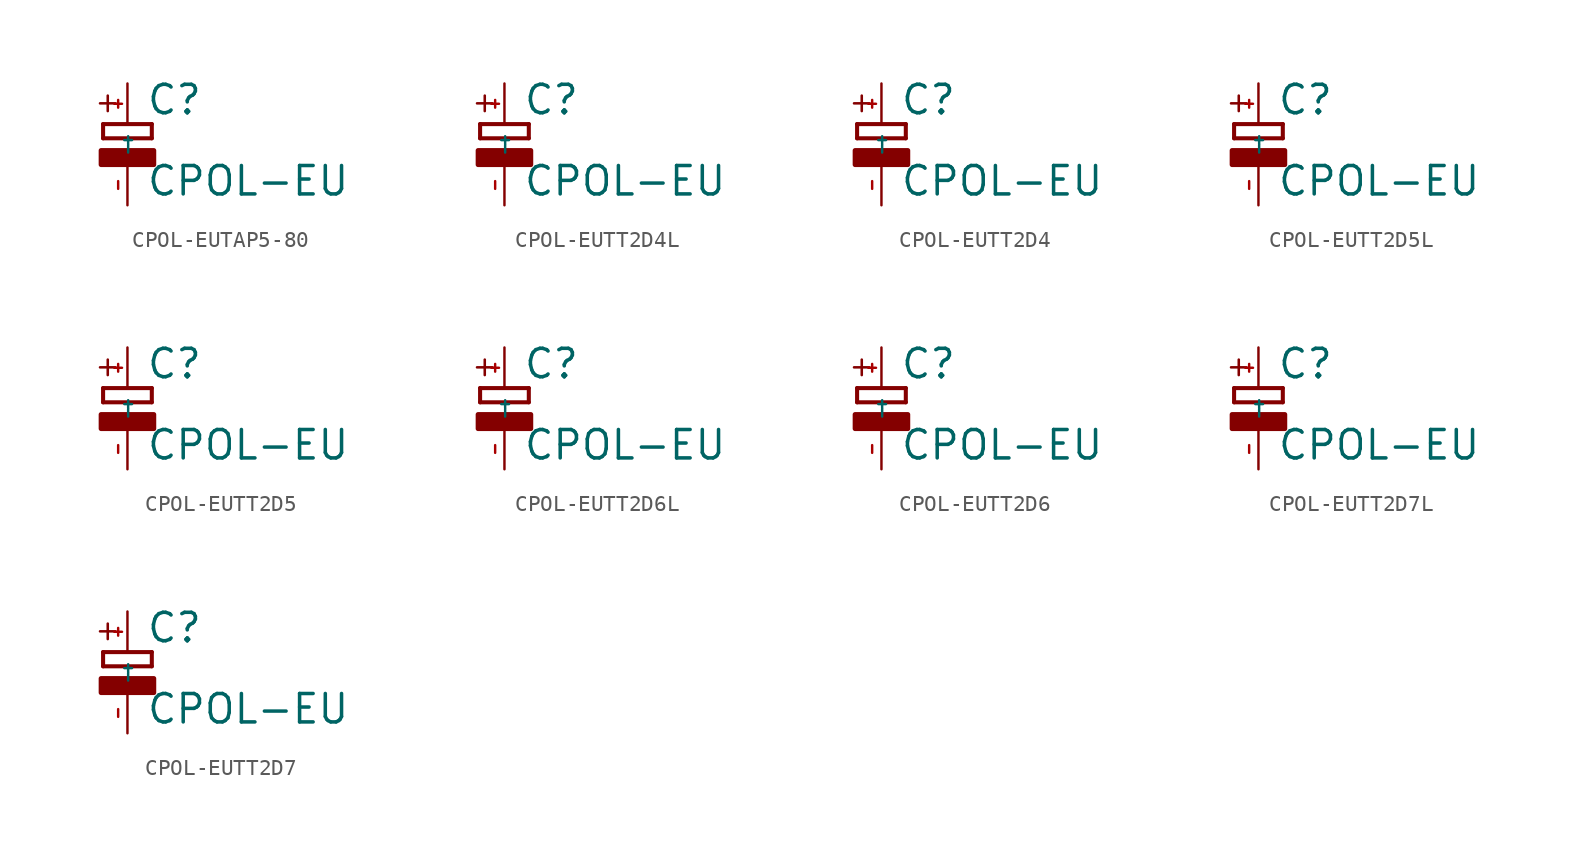
<source format=kicad_sym>
(kicad_symbol_lib
  (version 20220914)
  (generator Eagle2Kicad)
  (symbol "CPOL-EUTAP5-80"
    (property "Reference" "C"
      (at 1.143 0.483 0)
      (effects (font (size 1.778 1.778) (thickness 0.22)) (justify left bottom)))
    (property "Value" "CPOL-EU"
      (at 1.143 -4.597 0)
      (effects (font (size 1.778 1.778) (thickness 0.22)) (justify left bottom)))
    (polyline
      (pts (xy -1.524 -0.889) (xy 1.524 -0.889))
      (stroke (width 0.254) (type default))
      (fill (type none)))
    (polyline
      (pts (xy 1.524 -0.889) (xy 1.524 0))
      (stroke (width 0.254) (type default))
      (fill (type none)))
    (polyline
      (pts (xy -1.524 0) (xy -1.524 -0.889))
      (stroke (width 0.254) (type default))
      (fill (type none)))
    (polyline
      (pts (xy -1.524 0) (xy 1.524 0))
      (stroke (width 0.254) (type default))
      (fill (type none)))
    (text "+"
      (at -0.584 0.406 900)
      (effects (font (size 1.27 1.27) (thickness 0.16)) (justify left bottom)))
    (rectangle
      (start -1.651 -2.54)
      (end 1.651 -1.651)
      (stroke (width 0.3) (type default))
      (fill (type outline)))
    (pin passive line
      (at 0 -5.08 90)
      (length 2.54)
      (name "-" (effects (font (size 0.635 0.635) (thickness 0.08)) (justify left bottom)))
      (number "-" (effects (font (size 0.635 0.635) (thickness 0.08)) (justify left bottom))))
    (pin passive line
      (at 0 2.54 270)
      (length 2.54)
      (name "+" (effects (font (size 0.635 0.635) (thickness 0.08)) (justify left bottom)))
      (number "+" (effects (font (size 0.635 0.635) (thickness 0.08)) (justify left bottom)))))
  (symbol "CPOL-EUTT2D4L"
    (property "Reference" "C"
      (at 1.143 0.483 0)
      (effects (font (size 1.778 1.778) (thickness 0.22)) (justify left bottom)))
    (property "Value" "CPOL-EU"
      (at 1.143 -4.597 0)
      (effects (font (size 1.778 1.778) (thickness 0.22)) (justify left bottom)))
    (polyline
      (pts (xy -1.524 -0.889) (xy 1.524 -0.889))
      (stroke (width 0.254) (type default))
      (fill (type none)))
    (polyline
      (pts (xy 1.524 -0.889) (xy 1.524 0))
      (stroke (width 0.254) (type default))
      (fill (type none)))
    (polyline
      (pts (xy -1.524 0) (xy -1.524 -0.889))
      (stroke (width 0.254) (type default))
      (fill (type none)))
    (polyline
      (pts (xy -1.524 0) (xy 1.524 0))
      (stroke (width 0.254) (type default))
      (fill (type none)))
    (text "+"
      (at -0.584 0.406 900)
      (effects (font (size 1.27 1.27) (thickness 0.16)) (justify left bottom)))
    (rectangle
      (start -1.651 -2.54)
      (end 1.651 -1.651)
      (stroke (width 0.3) (type default))
      (fill (type outline)))
    (pin passive line
      (at 0 -5.08 90)
      (length 2.54)
      (name "-" (effects (font (size 0.635 0.635) (thickness 0.08)) (justify left bottom)))
      (number "-" (effects (font (size 0.635 0.635) (thickness 0.08)) (justify left bottom))))
    (pin passive line
      (at 0 2.54 270)
      (length 2.54)
      (name "+" (effects (font (size 0.635 0.635) (thickness 0.08)) (justify left bottom)))
      (number "+" (effects (font (size 0.635 0.635) (thickness 0.08)) (justify left bottom)))))
  (symbol "CPOL-EUTT2D4"
    (property "Reference" "C"
      (at 1.143 0.483 0)
      (effects (font (size 1.778 1.778) (thickness 0.22)) (justify left bottom)))
    (property "Value" "CPOL-EU"
      (at 1.143 -4.597 0)
      (effects (font (size 1.778 1.778) (thickness 0.22)) (justify left bottom)))
    (polyline
      (pts (xy -1.524 -0.889) (xy 1.524 -0.889))
      (stroke (width 0.254) (type default))
      (fill (type none)))
    (polyline
      (pts (xy 1.524 -0.889) (xy 1.524 0))
      (stroke (width 0.254) (type default))
      (fill (type none)))
    (polyline
      (pts (xy -1.524 0) (xy -1.524 -0.889))
      (stroke (width 0.254) (type default))
      (fill (type none)))
    (polyline
      (pts (xy -1.524 0) (xy 1.524 0))
      (stroke (width 0.254) (type default))
      (fill (type none)))
    (text "+"
      (at -0.584 0.406 900)
      (effects (font (size 1.27 1.27) (thickness 0.16)) (justify left bottom)))
    (rectangle
      (start -1.651 -2.54)
      (end 1.651 -1.651)
      (stroke (width 0.3) (type default))
      (fill (type outline)))
    (pin passive line
      (at 0 -5.08 90)
      (length 2.54)
      (name "-" (effects (font (size 0.635 0.635) (thickness 0.08)) (justify left bottom)))
      (number "-" (effects (font (size 0.635 0.635) (thickness 0.08)) (justify left bottom))))
    (pin passive line
      (at 0 2.54 270)
      (length 2.54)
      (name "+" (effects (font (size 0.635 0.635) (thickness 0.08)) (justify left bottom)))
      (number "+" (effects (font (size 0.635 0.635) (thickness 0.08)) (justify left bottom)))))
  (symbol "CPOL-EUTT2D5L"
    (property "Reference" "C"
      (at 1.143 0.483 0)
      (effects (font (size 1.778 1.778) (thickness 0.22)) (justify left bottom)))
    (property "Value" "CPOL-EU"
      (at 1.143 -4.597 0)
      (effects (font (size 1.778 1.778) (thickness 0.22)) (justify left bottom)))
    (polyline
      (pts (xy -1.524 -0.889) (xy 1.524 -0.889))
      (stroke (width 0.254) (type default))
      (fill (type none)))
    (polyline
      (pts (xy 1.524 -0.889) (xy 1.524 0))
      (stroke (width 0.254) (type default))
      (fill (type none)))
    (polyline
      (pts (xy -1.524 0) (xy -1.524 -0.889))
      (stroke (width 0.254) (type default))
      (fill (type none)))
    (polyline
      (pts (xy -1.524 0) (xy 1.524 0))
      (stroke (width 0.254) (type default))
      (fill (type none)))
    (text "+"
      (at -0.584 0.406 900)
      (effects (font (size 1.27 1.27) (thickness 0.16)) (justify left bottom)))
    (rectangle
      (start -1.651 -2.54)
      (end 1.651 -1.651)
      (stroke (width 0.3) (type default))
      (fill (type outline)))
    (pin passive line
      (at 0 -5.08 90)
      (length 2.54)
      (name "-" (effects (font (size 0.635 0.635) (thickness 0.08)) (justify left bottom)))
      (number "-" (effects (font (size 0.635 0.635) (thickness 0.08)) (justify left bottom))))
    (pin passive line
      (at 0 2.54 270)
      (length 2.54)
      (name "+" (effects (font (size 0.635 0.635) (thickness 0.08)) (justify left bottom)))
      (number "+" (effects (font (size 0.635 0.635) (thickness 0.08)) (justify left bottom)))))
  (symbol "CPOL-EUTT2D5"
    (property "Reference" "C"
      (at 1.143 0.483 0)
      (effects (font (size 1.778 1.778) (thickness 0.22)) (justify left bottom)))
    (property "Value" "CPOL-EU"
      (at 1.143 -4.597 0)
      (effects (font (size 1.778 1.778) (thickness 0.22)) (justify left bottom)))
    (polyline
      (pts (xy -1.524 -0.889) (xy 1.524 -0.889))
      (stroke (width 0.254) (type default))
      (fill (type none)))
    (polyline
      (pts (xy 1.524 -0.889) (xy 1.524 0))
      (stroke (width 0.254) (type default))
      (fill (type none)))
    (polyline
      (pts (xy -1.524 0) (xy -1.524 -0.889))
      (stroke (width 0.254) (type default))
      (fill (type none)))
    (polyline
      (pts (xy -1.524 0) (xy 1.524 0))
      (stroke (width 0.254) (type default))
      (fill (type none)))
    (text "+"
      (at -0.584 0.406 900)
      (effects (font (size 1.27 1.27) (thickness 0.16)) (justify left bottom)))
    (rectangle
      (start -1.651 -2.54)
      (end 1.651 -1.651)
      (stroke (width 0.3) (type default))
      (fill (type outline)))
    (pin passive line
      (at 0 -5.08 90)
      (length 2.54)
      (name "-" (effects (font (size 0.635 0.635) (thickness 0.08)) (justify left bottom)))
      (number "-" (effects (font (size 0.635 0.635) (thickness 0.08)) (justify left bottom))))
    (pin passive line
      (at 0 2.54 270)
      (length 2.54)
      (name "+" (effects (font (size 0.635 0.635) (thickness 0.08)) (justify left bottom)))
      (number "+" (effects (font (size 0.635 0.635) (thickness 0.08)) (justify left bottom)))))
  (symbol "CPOL-EUTT2D6L"
    (property "Reference" "C"
      (at 1.143 0.483 0)
      (effects (font (size 1.778 1.778) (thickness 0.22)) (justify left bottom)))
    (property "Value" "CPOL-EU"
      (at 1.143 -4.597 0)
      (effects (font (size 1.778 1.778) (thickness 0.22)) (justify left bottom)))
    (polyline
      (pts (xy -1.524 -0.889) (xy 1.524 -0.889))
      (stroke (width 0.254) (type default))
      (fill (type none)))
    (polyline
      (pts (xy 1.524 -0.889) (xy 1.524 0))
      (stroke (width 0.254) (type default))
      (fill (type none)))
    (polyline
      (pts (xy -1.524 0) (xy -1.524 -0.889))
      (stroke (width 0.254) (type default))
      (fill (type none)))
    (polyline
      (pts (xy -1.524 0) (xy 1.524 0))
      (stroke (width 0.254) (type default))
      (fill (type none)))
    (text "+"
      (at -0.584 0.406 900)
      (effects (font (size 1.27 1.27) (thickness 0.16)) (justify left bottom)))
    (rectangle
      (start -1.651 -2.54)
      (end 1.651 -1.651)
      (stroke (width 0.3) (type default))
      (fill (type outline)))
    (pin passive line
      (at 0 -5.08 90)
      (length 2.54)
      (name "-" (effects (font (size 0.635 0.635) (thickness 0.08)) (justify left bottom)))
      (number "-" (effects (font (size 0.635 0.635) (thickness 0.08)) (justify left bottom))))
    (pin passive line
      (at 0 2.54 270)
      (length 2.54)
      (name "+" (effects (font (size 0.635 0.635) (thickness 0.08)) (justify left bottom)))
      (number "+" (effects (font (size 0.635 0.635) (thickness 0.08)) (justify left bottom)))))
  (symbol "CPOL-EUTT2D6"
    (property "Reference" "C"
      (at 1.143 0.483 0)
      (effects (font (size 1.778 1.778) (thickness 0.22)) (justify left bottom)))
    (property "Value" "CPOL-EU"
      (at 1.143 -4.597 0)
      (effects (font (size 1.778 1.778) (thickness 0.22)) (justify left bottom)))
    (polyline
      (pts (xy -1.524 -0.889) (xy 1.524 -0.889))
      (stroke (width 0.254) (type default))
      (fill (type none)))
    (polyline
      (pts (xy 1.524 -0.889) (xy 1.524 0))
      (stroke (width 0.254) (type default))
      (fill (type none)))
    (polyline
      (pts (xy -1.524 0) (xy -1.524 -0.889))
      (stroke (width 0.254) (type default))
      (fill (type none)))
    (polyline
      (pts (xy -1.524 0) (xy 1.524 0))
      (stroke (width 0.254) (type default))
      (fill (type none)))
    (text "+"
      (at -0.584 0.406 900)
      (effects (font (size 1.27 1.27) (thickness 0.16)) (justify left bottom)))
    (rectangle
      (start -1.651 -2.54)
      (end 1.651 -1.651)
      (stroke (width 0.3) (type default))
      (fill (type outline)))
    (pin passive line
      (at 0 -5.08 90)
      (length 2.54)
      (name "-" (effects (font (size 0.635 0.635) (thickness 0.08)) (justify left bottom)))
      (number "-" (effects (font (size 0.635 0.635) (thickness 0.08)) (justify left bottom))))
    (pin passive line
      (at 0 2.54 270)
      (length 2.54)
      (name "+" (effects (font (size 0.635 0.635) (thickness 0.08)) (justify left bottom)))
      (number "+" (effects (font (size 0.635 0.635) (thickness 0.08)) (justify left bottom)))))
  (symbol "CPOL-EUTT2D7L"
    (property "Reference" "C"
      (at 1.143 0.483 0)
      (effects (font (size 1.778 1.778) (thickness 0.22)) (justify left bottom)))
    (property "Value" "CPOL-EU"
      (at 1.143 -4.597 0)
      (effects (font (size 1.778 1.778) (thickness 0.22)) (justify left bottom)))
    (polyline
      (pts (xy -1.524 -0.889) (xy 1.524 -0.889))
      (stroke (width 0.254) (type default))
      (fill (type none)))
    (polyline
      (pts (xy 1.524 -0.889) (xy 1.524 0))
      (stroke (width 0.254) (type default))
      (fill (type none)))
    (polyline
      (pts (xy -1.524 0) (xy -1.524 -0.889))
      (stroke (width 0.254) (type default))
      (fill (type none)))
    (polyline
      (pts (xy -1.524 0) (xy 1.524 0))
      (stroke (width 0.254) (type default))
      (fill (type none)))
    (text "+"
      (at -0.584 0.406 900)
      (effects (font (size 1.27 1.27) (thickness 0.16)) (justify left bottom)))
    (rectangle
      (start -1.651 -2.54)
      (end 1.651 -1.651)
      (stroke (width 0.3) (type default))
      (fill (type outline)))
    (pin passive line
      (at 0 -5.08 90)
      (length 2.54)
      (name "-" (effects (font (size 0.635 0.635) (thickness 0.08)) (justify left bottom)))
      (number "-" (effects (font (size 0.635 0.635) (thickness 0.08)) (justify left bottom))))
    (pin passive line
      (at 0 2.54 270)
      (length 2.54)
      (name "+" (effects (font (size 0.635 0.635) (thickness 0.08)) (justify left bottom)))
      (number "+" (effects (font (size 0.635 0.635) (thickness 0.08)) (justify left bottom)))))
  (symbol "CPOL-EUTT2D7"
    (property "Reference" "C"
      (at 1.143 0.483 0)
      (effects (font (size 1.778 1.778) (thickness 0.22)) (justify left bottom)))
    (property "Value" "CPOL-EU"
      (at 1.143 -4.597 0)
      (effects (font (size 1.778 1.778) (thickness 0.22)) (justify left bottom)))
    (polyline
      (pts (xy -1.524 -0.889) (xy 1.524 -0.889))
      (stroke (width 0.254) (type default))
      (fill (type none)))
    (polyline
      (pts (xy 1.524 -0.889) (xy 1.524 0))
      (stroke (width 0.254) (type default))
      (fill (type none)))
    (polyline
      (pts (xy -1.524 0) (xy -1.524 -0.889))
      (stroke (width 0.254) (type default))
      (fill (type none)))
    (polyline
      (pts (xy -1.524 0) (xy 1.524 0))
      (stroke (width 0.254) (type default))
      (fill (type none)))
    (text "+"
      (at -0.584 0.406 900)
      (effects (font (size 1.27 1.27) (thickness 0.16)) (justify left bottom)))
    (rectangle
      (start -1.651 -2.54)
      (end 1.651 -1.651)
      (stroke (width 0.3) (type default))
      (fill (type outline)))
    (pin passive line
      (at 0 -5.08 90)
      (length 2.54)
      (name "-" (effects (font (size 0.635 0.635) (thickness 0.08)) (justify left bottom)))
      (number "-" (effects (font (size 0.635 0.635) (thickness 0.08)) (justify left bottom))))
    (pin passive line
      (at 0 2.54 270)
      (length 2.54)
      (name "+" (effects (font (size 0.635 0.635) (thickness 0.08)) (justify left bottom)))
      (number "+" (effects (font (size 0.635 0.635) (thickness 0.08)) (justify left bottom))))))
</source>
